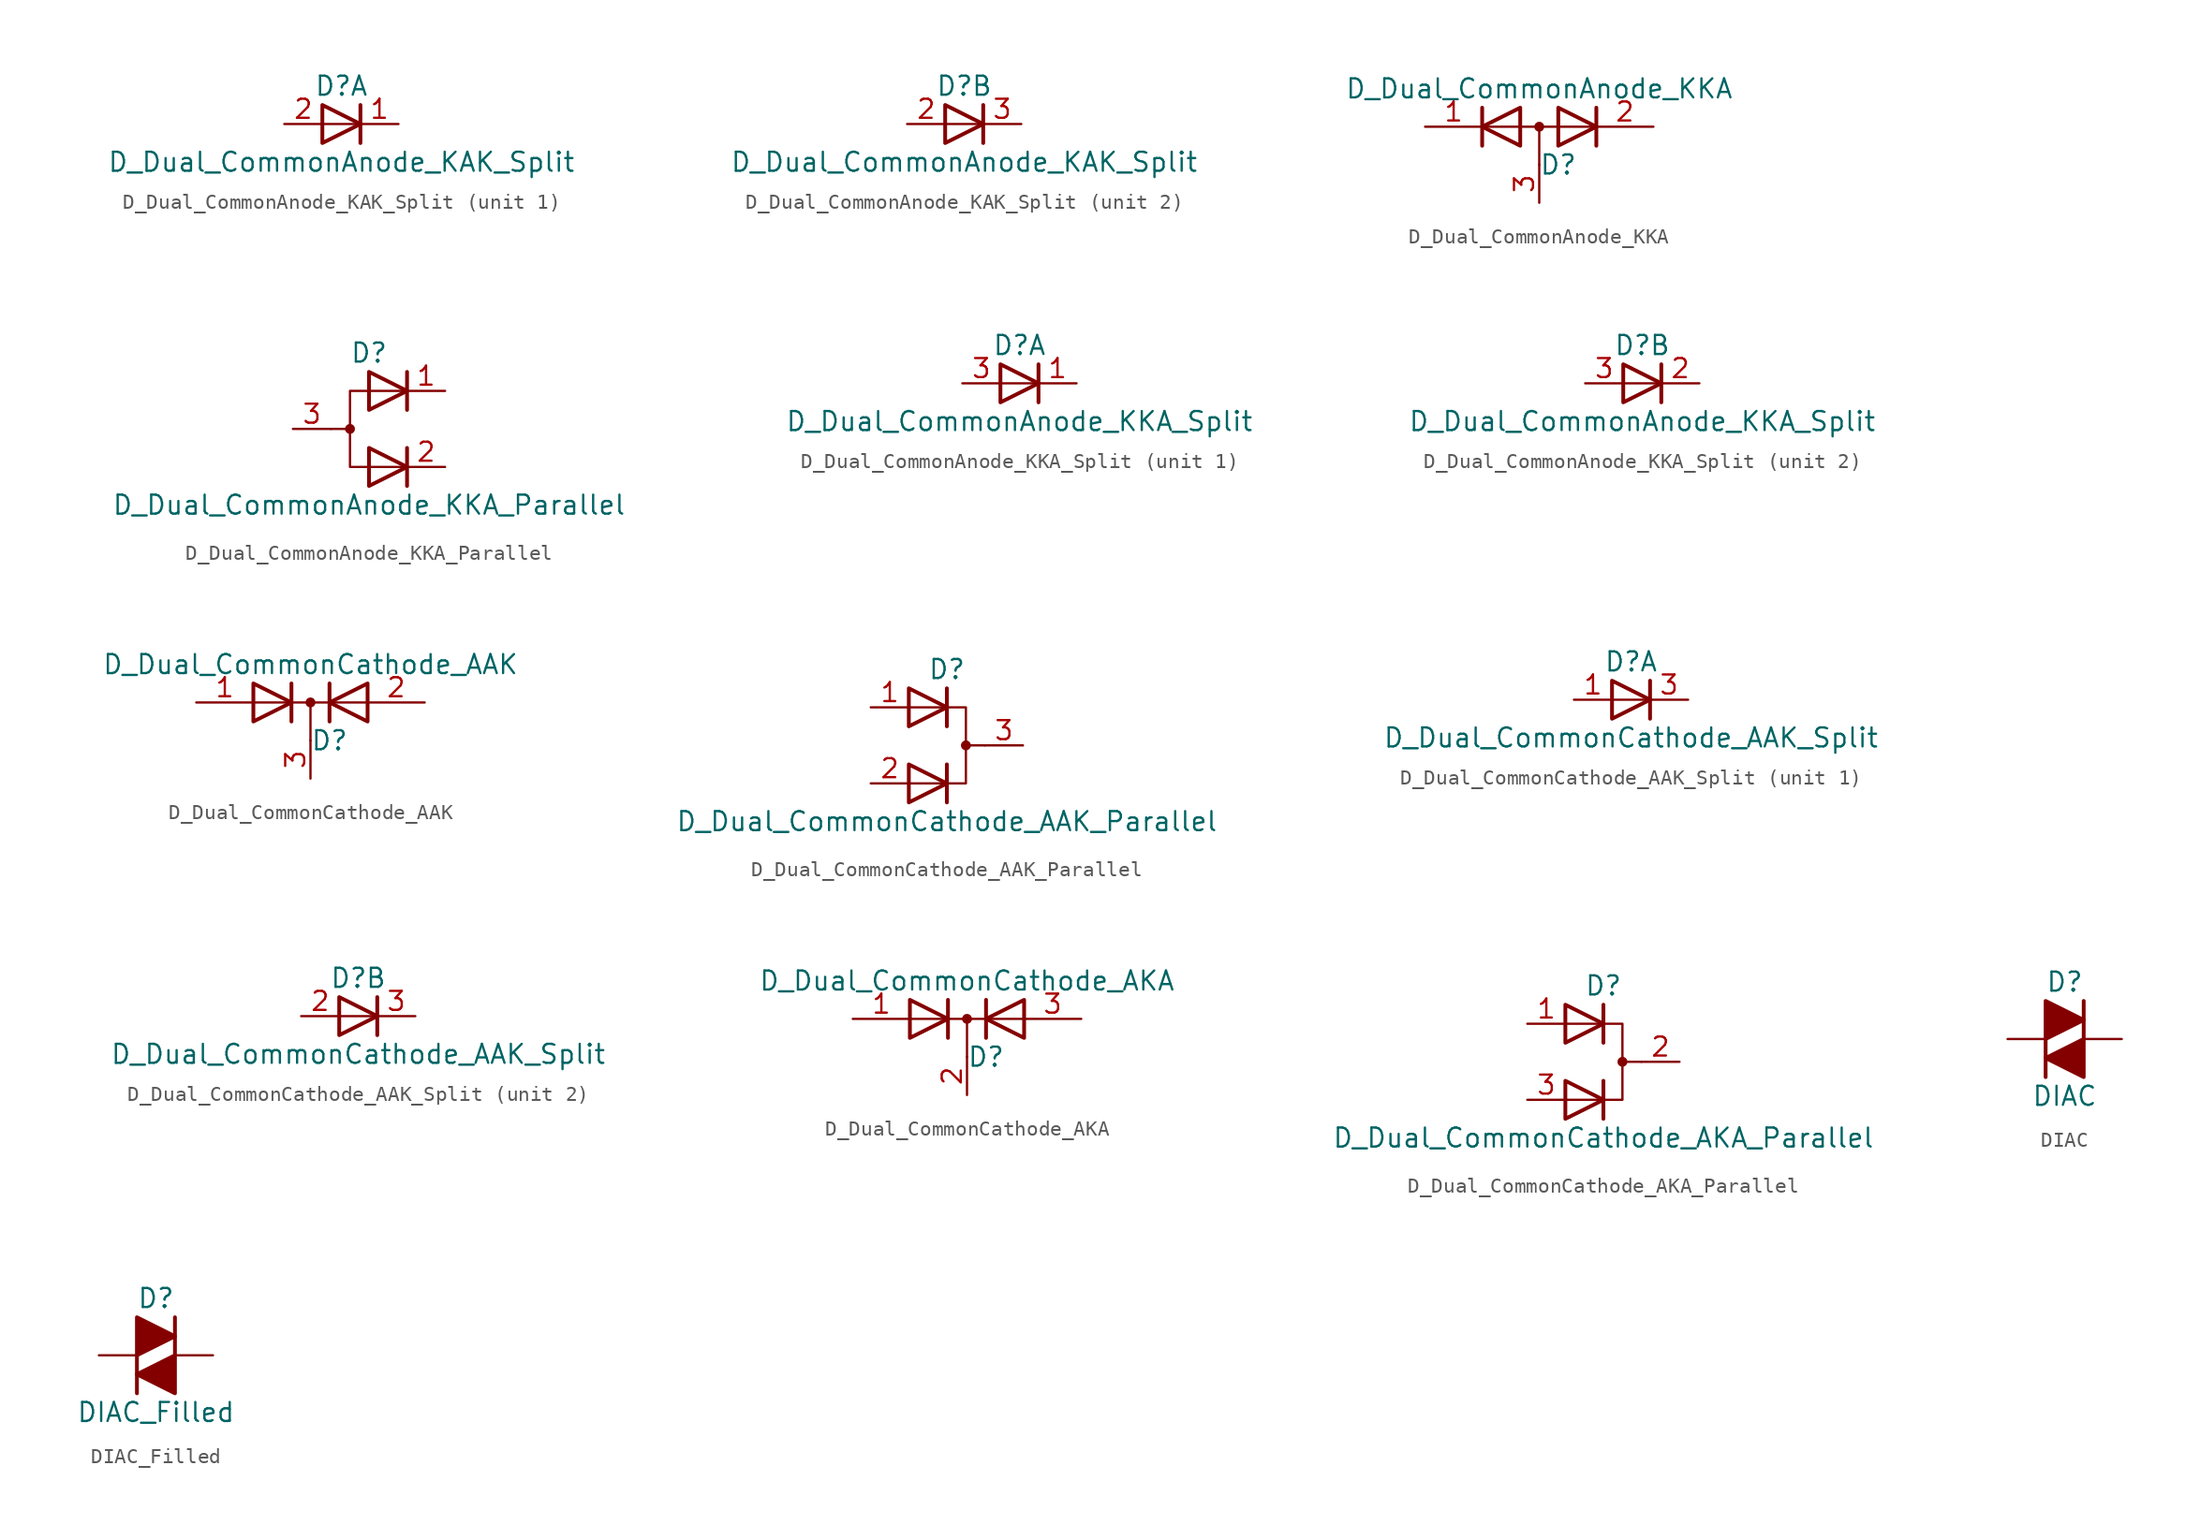
<source format=kicad_sym>
(kicad_symbol_lib
  (version 20241209)
  (generator "kicad_symbol_editor")
  (generator_version "9.0")
  (symbol "D_Dual_CommonAnode_KAK_Split"
    (pin_names
      (offset 0.762)
      (hide yes))
    (property "Reference" "D"
      (at 0 2.54 0)
      (effects (font (size 1.27 1.27))))
    (property "Value" "D_Dual_CommonAnode_KAK_Split"
      (at 0 -2.54 0)
      (effects (font (size 1.27 1.27))))
    (property "ki_locked" ""
      (at 0 0 0)
      (effects (font (size 1.27 1.27))))
    (symbol "D_Dual_CommonAnode_KAK_Split_0_0"
      (polyline (pts (xy 1.27 1.27) (xy 1.27 -1.27)) (stroke (width 0.254) (type default)) (fill (type none)))
      (polyline (pts (xy 1.27 0) (xy -1.27 0)) (stroke (width 0) (type default)) (fill (type none))))
    (symbol "D_Dual_CommonAnode_KAK_Split_0_1"
      (polyline (pts (xy -1.27 1.27) (xy 1.27 0) (xy -1.27 -1.27) (xy -1.27 1.27) (xy -1.27 1.27) (xy -1.27 1.27)) (stroke (width 0.254) (type default)) (fill (type none)))
      (pin passive line (at -3.81 0 0) (length 2.54) (name "A" (effects (font (size 1.27 1.27)))) (number "2" (effects (font (size 1.27 1.27))))))
    (symbol "D_Dual_CommonAnode_KAK_Split_1_1"
      (pin passive line (at 3.81 0 180) (length 2.54) (name "K" (effects (font (size 1.27 1.27)))) (number "1" (effects (font (size 1.27 1.27))))))
    (symbol "D_Dual_CommonAnode_KAK_Split_2_1"
      (pin passive line (at 3.81 0 180) (length 2.54) (name "K" (effects (font (size 1.27 1.27)))) (number "3" (effects (font (size 1.27 1.27)))))))
  (symbol "D_Dual_CommonAnode_KKA"
    (pin_names
      (offset 0.762)
      (hide yes))
    (property "Reference" "D"
      (at 1.27 -2.54 0)
      (effects (font (size 1.27 1.27))))
    (property "Value" "D_Dual_CommonAnode_KKA"
      (at 0 2.54 0)
      (effects (font (size 1.27 1.27))))
    (symbol "D_Dual_CommonAnode_KKA_0_1"
      (polyline (pts (xy -3.81 1.27) (xy -3.81 -1.27) (xy -3.81 -1.27)) (stroke (width 0.254) (type default)) (fill (type none)))
      (polyline (pts (xy -3.81 0) (xy 3.81 0)) (stroke (width 0) (type default)) (fill (type none)))
      (polyline (pts (xy -1.27 -1.27) (xy -3.81 0) (xy -1.27 1.27) (xy -1.27 -1.27) (xy -1.27 -1.27) (xy -1.27 -1.27)) (stroke (width 0.254) (type default)) (fill (type none)))
      (polyline (pts (xy 0 0) (xy 0 -2.54)) (stroke (width 0) (type default)) (fill (type none)))
      (circle (center 0 0) (radius 0.254) (stroke (width 0) (type default)) (fill (type outline)))
      (polyline (pts (xy 1.27 1.27) (xy 3.81 0) (xy 1.27 -1.27) (xy 1.27 1.27) (xy 1.27 1.27) (xy 1.27 1.27)) (stroke (width 0.254) (type default)) (fill (type none)))
      (polyline (pts (xy 3.81 1.27) (xy 3.81 -1.27) (xy 3.81 -1.27)) (stroke (width 0.254) (type default)) (fill (type none)))
      (pin passive line (at -7.62 0 0) (length 3.81) (name "K" (effects (font (size 1.27 1.27)))) (number "1" (effects (font (size 1.27 1.27)))))
      (pin passive line (at 0 -5.08 90) (length 2.54) (name "A" (effects (font (size 1.27 1.27)))) (number "3" (effects (font (size 1.27 1.27)))))
      (pin passive line (at 7.62 0 180) (length 3.81) (name "K" (effects (font (size 1.27 1.27)))) (number "2" (effects (font (size 1.27 1.27)))))))
  (symbol "D_Dual_CommonAnode_KKA_Parallel"
    (pin_names
      (offset 0.762)
      (hide yes))
    (property "Reference" "D"
      (at 0 5.08 0)
      (effects (font (size 1.27 1.27))))
    (property "Value" "D_Dual_CommonAnode_KKA_Parallel"
      (at 0 -5.08 0)
      (effects (font (size 1.27 1.27))))
    (symbol "D_Dual_CommonAnode_KKA_Parallel_0_0"
      (polyline (pts (xy 2.54 1.27) (xy 2.54 3.81)) (stroke (width 0.254) (type default)) (fill (type none)))
      (polyline (pts (xy 2.54 -3.81) (xy 2.54 -1.27)) (stroke (width 0.254) (type default)) (fill (type none))))
    (symbol "D_Dual_CommonAnode_KKA_Parallel_0_1"
      (circle (center -1.27 0) (radius 0.254) (stroke (width 0) (type default)) (fill (type outline)))
      (polyline (pts (xy -1.27 0) (xy -2.54 0)) (stroke (width 0) (type default)) (fill (type none)))
      (polyline (pts (xy 0 3.81) (xy 2.54 2.54) (xy 0 1.27) (xy 0 3.81) (xy 0 3.81) (xy 0 3.81)) (stroke (width 0.254) (type default)) (fill (type none)))
      (polyline (pts (xy 0 -1.27) (xy 2.54 -2.54) (xy 0 -3.81) (xy 0 -1.27) (xy 0 -1.27) (xy 0 -1.27)) (stroke (width 0.254) (type default)) (fill (type none)))
      (polyline (pts (xy 2.54 2.54) (xy -1.27 2.54) (xy -1.27 -2.54) (xy 2.54 -2.54)) (stroke (width 0) (type default)) (fill (type none)))
      (pin passive line (at -5.08 0 0) (length 2.54) (name "A" (effects (font (size 1.27 1.27)))) (number "3" (effects (font (size 1.27 1.27)))))
      (pin passive line (at 5.08 2.54 180) (length 2.54) (name "K" (effects (font (size 1.27 1.27)))) (number "1" (effects (font (size 1.27 1.27)))))
      (pin passive line (at 5.08 -2.54 180) (length 2.54) (name "K" (effects (font (size 1.27 1.27)))) (number "2" (effects (font (size 1.27 1.27)))))))
  (symbol "D_Dual_CommonAnode_KKA_Split"
    (pin_names
      (offset 0.762)
      (hide yes))
    (property "Reference" "D"
      (at 0 2.54 0)
      (effects (font (size 1.27 1.27))))
    (property "Value" "D_Dual_CommonAnode_KKA_Split"
      (at 0 -2.54 0)
      (effects (font (size 1.27 1.27))))
    (property "ki_locked" ""
      (at 0 0 0)
      (effects (font (size 1.27 1.27))))
    (symbol "D_Dual_CommonAnode_KKA_Split_0_0"
      (polyline (pts (xy 1.27 1.27) (xy 1.27 -1.27)) (stroke (width 0.254) (type default)) (fill (type none)))
      (polyline (pts (xy 1.27 0) (xy -1.27 0)) (stroke (width 0) (type default)) (fill (type none))))
    (symbol "D_Dual_CommonAnode_KKA_Split_0_1"
      (polyline (pts (xy -1.27 1.27) (xy 1.27 0) (xy -1.27 -1.27) (xy -1.27 1.27) (xy -1.27 1.27) (xy -1.27 1.27)) (stroke (width 0.254) (type default)) (fill (type none)))
      (pin passive line (at -3.81 0 0) (length 2.54) (name "A" (effects (font (size 1.27 1.27)))) (number "3" (effects (font (size 1.27 1.27))))))
    (symbol "D_Dual_CommonAnode_KKA_Split_1_1"
      (pin passive line (at 3.81 0 180) (length 2.54) (name "K" (effects (font (size 1.27 1.27)))) (number "1" (effects (font (size 1.27 1.27))))))
    (symbol "D_Dual_CommonAnode_KKA_Split_2_1"
      (pin passive line (at 3.81 0 180) (length 2.54) (name "K" (effects (font (size 1.27 1.27)))) (number "2" (effects (font (size 1.27 1.27)))))))
  (symbol "D_Dual_CommonCathode_AAK"
    (pin_names
      (offset 0.762)
      (hide yes))
    (property "Reference" "D"
      (at 1.27 -2.54 0)
      (effects (font (size 1.27 1.27))))
    (property "Value" "D_Dual_CommonCathode_AAK"
      (at 0 2.54 0)
      (effects (font (size 1.27 1.27))))
    (symbol "D_Dual_CommonCathode_AAK_0_1"
      (polyline (pts (xy -3.81 1.27) (xy -1.27 0) (xy -3.81 -1.27) (xy -3.81 1.27) (xy -3.81 1.27) (xy -3.81 1.27)) (stroke (width 0.254) (type default)) (fill (type none)))
      (polyline (pts (xy -3.81 0) (xy 3.81 0)) (stroke (width 0) (type default)) (fill (type none)))
      (polyline (pts (xy -1.27 -1.27) (xy -1.27 1.27) (xy -1.27 1.27)) (stroke (width 0.254) (type default)) (fill (type none)))
      (polyline (pts (xy 0 0) (xy 0 -2.54)) (stroke (width 0) (type default)) (fill (type none)))
      (circle (center 0 0) (radius 0.254) (stroke (width 0) (type default)) (fill (type outline)))
      (polyline (pts (xy 1.27 -1.27) (xy 1.27 1.27) (xy 1.27 1.27)) (stroke (width 0.254) (type default)) (fill (type none)))
      (polyline (pts (xy 3.81 -1.27) (xy 1.27 0) (xy 3.81 1.27) (xy 3.81 -1.27) (xy 3.81 -1.27) (xy 3.81 -1.27)) (stroke (width 0.254) (type default)) (fill (type none)))
      (pin passive line (at -7.62 0 0) (length 3.81) (name "A" (effects (font (size 1.27 1.27)))) (number "1" (effects (font (size 1.27 1.27)))))
      (pin passive line (at 0 -5.08 90) (length 2.54) (name "K" (effects (font (size 1.27 1.27)))) (number "3" (effects (font (size 1.27 1.27)))))
      (pin passive line (at 7.62 0 180) (length 3.81) (name "A" (effects (font (size 1.27 1.27)))) (number "2" (effects (font (size 1.27 1.27)))))))
  (symbol "D_Dual_CommonCathode_AAK_Parallel"
    (pin_names
      (offset 0.762)
      (hide yes))
    (property "Reference" "D"
      (at 0 5.08 0)
      (effects (font (size 1.27 1.27))))
    (property "Value" "D_Dual_CommonCathode_AAK_Parallel"
      (at 0 -5.08 0)
      (effects (font (size 1.27 1.27))))
    (symbol "D_Dual_CommonCathode_AAK_Parallel_0_0"
      (polyline (pts (xy 0 1.27) (xy 0 3.81)) (stroke (width 0.254) (type default)) (fill (type none)))
      (polyline (pts (xy 0 -1.27) (xy 0 -3.81)) (stroke (width 0.254) (type default)) (fill (type none))))
    (symbol "D_Dual_CommonCathode_AAK_Parallel_0_1"
      (polyline (pts (xy -2.54 3.81) (xy 0 2.54) (xy -2.54 1.27) (xy -2.54 3.81) (xy -2.54 3.81) (xy -2.54 3.81)) (stroke (width 0.254) (type default)) (fill (type none)))
      (polyline (pts (xy -2.54 -1.27) (xy 0 -2.54) (xy -2.54 -3.81) (xy -2.54 -1.27) (xy -2.54 -1.27) (xy -2.54 -1.27)) (stroke (width 0.254) (type default)) (fill (type none)))
      (polyline (pts (xy -2.54 -2.54) (xy 1.27 -2.54) (xy 1.27 2.54) (xy -2.54 2.54)) (stroke (width 0) (type default)) (fill (type none)))
      (polyline (pts (xy 1.27 0) (xy 2.54 0)) (stroke (width 0) (type default)) (fill (type none)))
      (circle (center 1.27 0) (radius 0.254) (stroke (width 0) (type default)) (fill (type outline)))
      (pin passive line (at -5.08 2.54 0) (length 2.54) (name "A" (effects (font (size 1.27 1.27)))) (number "1" (effects (font (size 1.27 1.27)))))
      (pin passive line (at -5.08 -2.54 0) (length 2.54) (name "A" (effects (font (size 1.27 1.27)))) (number "2" (effects (font (size 1.27 1.27)))))
      (pin passive line (at 5.08 0 180) (length 2.54) (name "K" (effects (font (size 1.27 1.27)))) (number "3" (effects (font (size 1.27 1.27)))))))
  (symbol "D_Dual_CommonCathode_AAK_Split"
    (pin_names
      (offset 0.762)
      (hide yes))
    (property "Reference" "D"
      (at 0 2.54 0)
      (effects (font (size 1.27 1.27))))
    (property "Value" "D_Dual_CommonCathode_AAK_Split"
      (at 0 -2.54 0)
      (effects (font (size 1.27 1.27))))
    (property "ki_locked" ""
      (at 0 0 0)
      (effects (font (size 1.27 1.27))))
    (symbol "D_Dual_CommonCathode_AAK_Split_0_0"
      (polyline (pts (xy 1.27 1.27) (xy 1.27 -1.27)) (stroke (width 0.254) (type default)) (fill (type none)))
      (polyline (pts (xy 1.27 0) (xy -1.27 0)) (stroke (width 0) (type default)) (fill (type none))))
    (symbol "D_Dual_CommonCathode_AAK_Split_0_1"
      (polyline (pts (xy -1.27 1.27) (xy 1.27 0) (xy -1.27 -1.27) (xy -1.27 1.27) (xy -1.27 1.27) (xy -1.27 1.27)) (stroke (width 0.254) (type default)) (fill (type none)))
      (pin passive line (at 3.81 0 180) (length 2.54) (name "K" (effects (font (size 1.27 1.27)))) (number "3" (effects (font (size 1.27 1.27))))))
    (symbol "D_Dual_CommonCathode_AAK_Split_1_1"
      (pin passive line (at -3.81 0 0) (length 2.54) (name "A" (effects (font (size 1.27 1.27)))) (number "1" (effects (font (size 1.27 1.27))))))
    (symbol "D_Dual_CommonCathode_AAK_Split_2_1"
      (pin passive line (at -3.81 0 0) (length 2.54) (name "A" (effects (font (size 1.27 1.27)))) (number "2" (effects (font (size 1.27 1.27)))))))
  (symbol "D_Dual_CommonCathode_AKA"
    (pin_names
      (offset 0.762)
      (hide yes))
    (property "Reference" "D"
      (at 1.27 -2.54 0)
      (effects (font (size 1.27 1.27))))
    (property "Value" "D_Dual_CommonCathode_AKA"
      (at 0 2.54 0)
      (effects (font (size 1.27 1.27))))
    (symbol "D_Dual_CommonCathode_AKA_0_1"
      (polyline (pts (xy -3.81 1.27) (xy -1.27 0) (xy -3.81 -1.27) (xy -3.81 1.27) (xy -3.81 1.27) (xy -3.81 1.27)) (stroke (width 0.254) (type default)) (fill (type none)))
      (polyline (pts (xy -1.27 -1.27) (xy -1.27 1.27) (xy -1.27 1.27)) (stroke (width 0.254) (type default)) (fill (type none)))
      (polyline (pts (xy 0 0) (xy 0 -2.54)) (stroke (width 0) (type default)) (fill (type none)))
      (circle (center 0 0) (radius 0.254) (stroke (width 0) (type default)) (fill (type outline)))
      (polyline (pts (xy 1.27 -1.27) (xy 1.27 1.27) (xy 1.27 1.27)) (stroke (width 0.254) (type default)) (fill (type none)))
      (polyline (pts (xy 3.81 0) (xy -3.81 0)) (stroke (width 0) (type default)) (fill (type none)))
      (polyline (pts (xy 3.81 -1.27) (xy 1.27 0) (xy 3.81 1.27) (xy 3.81 -1.27) (xy 3.81 -1.27) (xy 3.81 -1.27)) (stroke (width 0.254) (type default)) (fill (type none)))
      (pin passive line (at -7.62 0 0) (length 3.81) (name "A" (effects (font (size 1.27 1.27)))) (number "1" (effects (font (size 1.27 1.27)))))
      (pin passive line (at 0 -5.08 90) (length 2.54) (name "K" (effects (font (size 1.27 1.27)))) (number "2" (effects (font (size 1.27 1.27)))))
      (pin passive line (at 7.62 0 180) (length 3.81) (name "A" (effects (font (size 1.27 1.27)))) (number "3" (effects (font (size 1.27 1.27)))))))
  (symbol "D_Dual_CommonCathode_AKA_Parallel"
    (pin_names
      (offset 0.762)
      (hide yes))
    (property "Reference" "D"
      (at 0 5.08 0)
      (effects (font (size 1.27 1.27))))
    (property "Value" "D_Dual_CommonCathode_AKA_Parallel"
      (at 0 -5.08 0)
      (effects (font (size 1.27 1.27))))
    (symbol "D_Dual_CommonCathode_AKA_Parallel_0_0"
      (polyline (pts (xy 0 3.81) (xy 0 1.27)) (stroke (width 0.254) (type default)) (fill (type none)))
      (polyline (pts (xy 0 -1.27) (xy 0 -3.81)) (stroke (width 0.254) (type default)) (fill (type none))))
    (symbol "D_Dual_CommonCathode_AKA_Parallel_0_1"
      (polyline (pts (xy -2.54 3.81) (xy 0 2.54) (xy -2.54 1.27) (xy -2.54 3.81) (xy -2.54 3.81) (xy -2.54 3.81)) (stroke (width 0.254) (type default)) (fill (type none)))
      (polyline (pts (xy -2.54 -1.27) (xy 0 -2.54) (xy -2.54 -3.81) (xy -2.54 -1.27) (xy -2.54 -1.27) (xy -2.54 -1.27)) (stroke (width 0.254) (type default)) (fill (type none)))
      (polyline (pts (xy -2.54 -2.54) (xy 1.27 -2.54) (xy 1.27 2.54) (xy -2.54 2.54)) (stroke (width 0) (type default)) (fill (type none)))
      (polyline (pts (xy 1.27 0) (xy 2.54 0)) (stroke (width 0) (type default)) (fill (type none)))
      (circle (center 1.27 0) (radius 0.254) (stroke (width 0) (type default)) (fill (type outline)))
      (pin passive line (at -5.08 2.54 0) (length 2.54) (name "A" (effects (font (size 1.27 1.27)))) (number "1" (effects (font (size 1.27 1.27)))))
      (pin passive line (at -5.08 -2.54 0) (length 2.54) (name "A" (effects (font (size 1.27 1.27)))) (number "3" (effects (font (size 1.27 1.27)))))
      (pin passive line (at 5.08 0 180) (length 2.54) (name "K" (effects (font (size 1.27 1.27)))) (number "2" (effects (font (size 1.27 1.27)))))))
  (symbol "DIAC"
    (pin_numbers
      (hide yes))
    (pin_names
      (offset 1.016)
      (hide yes))
    (property "Reference" "D"
      (at 0 3.81 0)
      (effects (font (size 1.27 1.27))))
    (property "Value" "DIAC"
      (at 0 -3.81 0)
      (effects (font (size 1.27 1.27))))
    (symbol "DIAC_0_1"
      (polyline (pts (xy -1.27 -2.54) (xy -1.27 2.54) (xy 1.27 1.27) (xy -1.27 0)) (stroke (width 0.254) (type default)) (fill (type outline)))
      (polyline (pts (xy 1.27 2.54) (xy 1.27 -2.54) (xy -1.27 -1.27) (xy 1.27 0)) (stroke (width 0.254) (type default)) (fill (type outline))))
    (symbol "DIAC_1_1"
      (pin passive line (at -3.81 0 0) (length 2.54) (name "K" (effects (font (size 1.27 1.27)))) (number "1" (effects (font (size 1.27 1.27)))))
      (pin passive line (at 3.81 0 180) (length 2.54) (name "A" (effects (font (size 1.27 1.27)))) (number "2" (effects (font (size 1.27 1.27)))))))
  (symbol "DIAC_Filled"
    (pin_numbers
      (hide yes))
    (pin_names
      (offset 1.016)
      (hide yes))
    (property "Reference" "D"
      (at 0 3.81 0)
      (effects (font (size 1.27 1.27))))
    (property "Value" "DIAC_Filled"
      (at 0 -3.81 0)
      (effects (font (size 1.27 1.27))))
    (symbol "DIAC_Filled_0_1"
      (polyline (pts (xy -1.27 -2.54) (xy -1.27 2.54) (xy 1.27 1.27) (xy -1.27 0)) (stroke (width 0.254) (type default)) (fill (type outline)))
      (polyline (pts (xy 1.27 2.54) (xy 1.27 -2.54) (xy -1.27 -1.27) (xy 1.27 0)) (stroke (width 0.254) (type default)) (fill (type outline))))
    (symbol "DIAC_Filled_1_1"
      (pin passive line (at -3.81 0 0) (length 2.54) (name "K" (effects (font (size 1.27 1.27)))) (number "1" (effects (font (size 1.27 1.27)))))
      (pin passive line (at 3.81 0 180) (length 2.54) (name "A" (effects (font (size 1.27 1.27)))) (number "2" (effects (font (size 1.27 1.27))))))))
</source>
